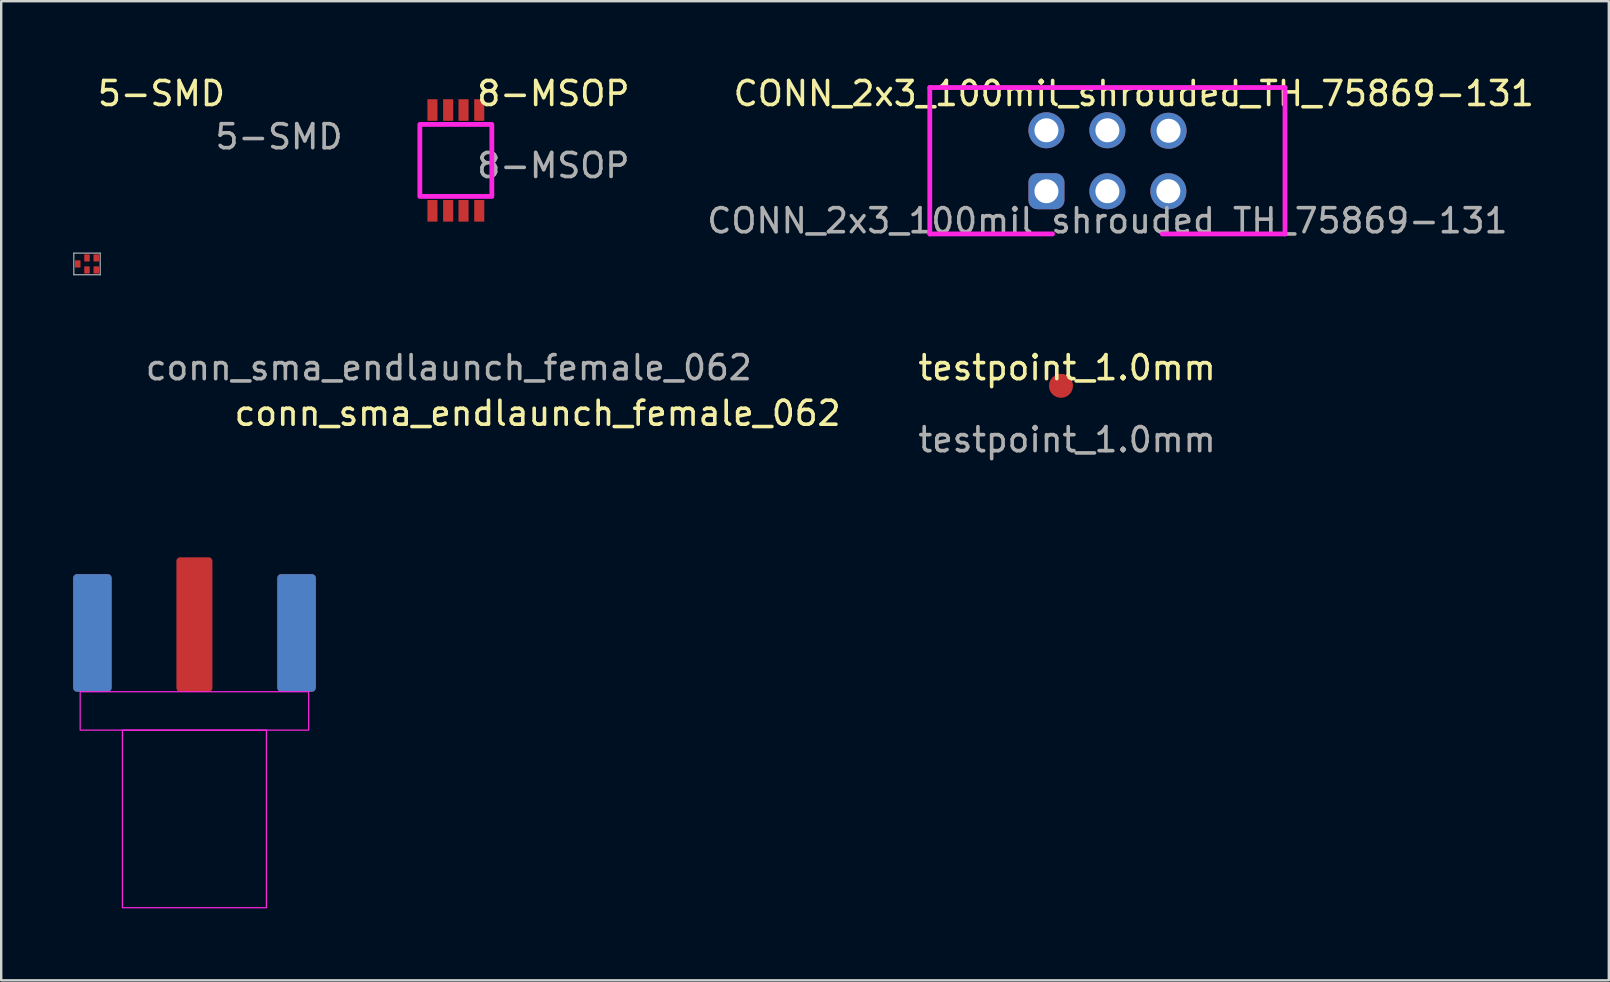
<source format=kicad_pcb>
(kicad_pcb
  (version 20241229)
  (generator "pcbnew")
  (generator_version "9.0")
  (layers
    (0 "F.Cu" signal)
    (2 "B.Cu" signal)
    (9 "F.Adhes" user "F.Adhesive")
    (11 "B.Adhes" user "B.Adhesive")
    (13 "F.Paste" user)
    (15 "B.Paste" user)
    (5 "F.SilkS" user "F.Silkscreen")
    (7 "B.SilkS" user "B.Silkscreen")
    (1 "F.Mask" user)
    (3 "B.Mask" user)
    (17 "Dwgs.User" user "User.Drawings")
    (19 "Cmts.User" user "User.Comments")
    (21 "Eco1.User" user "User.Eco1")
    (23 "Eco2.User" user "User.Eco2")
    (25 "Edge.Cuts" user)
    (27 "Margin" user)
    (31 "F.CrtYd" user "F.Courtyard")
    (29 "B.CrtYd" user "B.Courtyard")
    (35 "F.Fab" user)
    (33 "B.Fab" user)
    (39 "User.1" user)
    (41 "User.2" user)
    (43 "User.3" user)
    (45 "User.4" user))
  (footprint "conn_sma_endlaunch_female_062"
    (layer "F.Cu")
    (at 5.05 25.771)
    (property "Reference" "conn_sma_endlaunch_female_062" (at 14.3 -11.6 0) (unlocked yes) (layer "F.SilkS") (effects (font (size 1 1) (thickness 0.15))))
    (attr smd)
    (fp_rect (start -4.76 0) (end 4.76 1.6) (stroke (width 0.05) (type solid)) (fill no) (layer "F.CrtYd"))
    (fp_rect (start -3 9) (end 3 1.6) (stroke (width 0.05) (type solid)) (fill no) (layer "F.CrtYd"))
    (fp_text user "${REFERENCE}" (at 10.6 -13.5 0) (unlocked yes) (layer "F.Fab") (effects (font (size 1 1) (thickness 0.15))))
    (pad "1" smd roundrect (at -4.25 -2.45) (size 1.6 4.9) (layers "F.Cu" "F.Mask" "F.Paste") (roundrect_rratio 0.1))
    (pad "2" smd roundrect (at 0 -2.8) (size 1.5 5.6) (layers "F.Cu" "F.Mask" "F.Paste") (roundrect_rratio 0.1))
    (pad "3" smd roundrect (at 4.25 -2.45) (size 1.6 4.9) (layers "F.Cu" "F.Mask" "F.Paste") (roundrect_rratio 0.1))
    (pad "4" smd roundrect (at -4.25 -2.45) (size 1.6 4.9) (layers "F.Mask" "B.Cu" "F.Paste") (roundrect_rratio 0.1))
    (pad "5" smd roundrect (at 4.26 -2.45) (size 1.6 4.9) (layers "F.Mask" "B.Cu" "F.Paste") (roundrect_rratio 0.1)))
  (footprint "testpoint_1.0mm"
    (layer "F.Cu")
    (at 41.41 12.771)
    (property "Reference" "testpoint_1.0mm" (at 0 -0.5 0) (unlocked yes) (layer "F.SilkS") (effects (font (size 1 1) (thickness 0.15))))
    (attr smd)
    (fp_text user "${REFERENCE}" (at 0 2.5 0) (unlocked yes) (layer "F.Fab") (effects (font (size 1 1) (thickness 0.15))))
    (pad "1" smd circle (at -0.254 0.254) (size 1 1) (layers "F.Cu" "F.Mask" "F.Paste")))
  (footprint "5-SMD"
    (layer "F.Cu")
    (at 0.575 7.948)
    (property "Reference" "5-SMD" (at 3.1 -7.1 0) (unlocked yes) (layer "F.SilkS") (effects (font (size 1 1) (thickness 0.15))))
    (attr smd)
    (fp_line (start -0.55 -0.45) (end 0.55 -0.45) (stroke (width 0.05) (type solid)) (layer "F.Fab"))
    (fp_line (start -0.55 0.45) (end -0.55 -0.45) (stroke (width 0.05) (type solid)) (layer "F.Fab"))
    (fp_line (start 0.55 0.45) (end -0.55 0.45) (stroke (width 0.05) (type solid)) (layer "F.Fab"))
    (fp_line (start 0.55 0.45) (end 0.55 -0.45) (stroke (width 0.05) (type solid)) (layer "F.Fab"))
    (fp_text user "${REFERENCE}" (at 8 -5.3 0) (unlocked yes) (layer "F.Fab") (effects (font (size 1 1) (thickness 0.15))))
    (pad "1" smd roundrect (at -0.385 0) (size 0.23 0.3) (layers "F.Cu" "F.Mask" "F.Paste") (roundrect_rratio 0.1))
    (pad "2" smd roundrect (at 0 0.25) (size 0.23 0.3) (layers "F.Cu" "F.Mask" "F.Paste") (roundrect_rratio 0.1))
    (pad "3" smd roundrect (at 0.385 0.25) (size 0.23 0.3) (layers "F.Cu" "F.Mask" "F.Paste") (roundrect_rratio 0.1))
    (pad "4" smd roundrect (at 0.385 -0.25) (size 0.23 0.3) (layers "F.Cu" "F.Mask" "F.Paste") (roundrect_rratio 0.1))
    (pad "5" smd roundrect (at 0 -0.25) (size 0.23 0.3) (layers "F.Cu" "F.Mask" "F.Paste") (roundrect_rratio 0.1)))
  (footprint "8-MSOP"
    (layer "F.Cu")
    (at 15.943 3.634)
    (property "Reference" "8-MSOP" (at 4.064 -2.786 0) (unlocked yes) (layer "F.SilkS") (effects (font (size 1 1) (thickness 0.15))))
    (attr smd)
    (fp_rect (start -1.5 1.5) (end 1.5 -1.5) (stroke (width 0.2) (type solid)) (fill no) (layer "F.CrtYd"))
    (fp_text user "${REFERENCE}" (at 4.064 0.214 0) (unlocked yes) (layer "F.Fab") (effects (font (size 1 1) (thickness 0.15))))
    (pad "1" smd rect (at -0.975 2.1) (size 0.42 0.9) (layers "F.Cu" "F.Mask" "F.Paste"))
    (pad "2" smd rect (at -0.32 2.1) (size 0.42 0.9) (layers "F.Cu" "F.Mask" "F.Paste"))
    (pad "3" smd rect (at 0.32 2.1) (size 0.42 0.9) (layers "F.Cu" "F.Mask" "F.Paste"))
    (pad "4" smd rect (at 0.975 2.1) (size 0.42 0.9) (layers "F.Cu" "F.Mask" "F.Paste"))
    (pad "5" smd rect (at 0.975 -2.1) (size 0.42 0.9) (layers "F.Cu" "F.Mask" "F.Paste"))
    (pad "6" smd rect (at 0.32 -2.1) (size 0.42 0.9) (layers "F.Cu" "F.Mask" "F.Paste"))
    (pad "7" smd rect (at -0.32 -2.1) (size 0.42 0.9) (layers "F.Cu" "F.Mask" "F.Paste"))
    (pad "8" smd rect (at -0.975 -2.1) (size 0.42 0.9) (layers "F.Cu" "F.Mask" "F.Paste")))
  (footprint "CONN_2x3_100mil_shrouded_TH_75869-131"
    (layer "F.Cu")
    (at 43.09 3.648)
    (property "Reference" "CONN_2x3_100mil_shrouded_TH_75869-131" (at 1.1 -2.8 0) (unlocked yes) (layer "F.SilkS") (effects (font (size 1 1) (thickness 0.15))))
    (attr smd)
    (fp_line (start -7.4 -3.05) (end 7.4 -3.05) (stroke (width 0.2) (type solid)) (layer "F.CrtYd"))
    (fp_line (start -7.4 3.05) (end -7.4 -3.05) (stroke (width 0.2) (type solid)) (layer "F.CrtYd"))
    (fp_line (start -2.286 3.048) (end -7.4 3.05) (stroke (width 0.2) (type solid)) (layer "F.CrtYd"))
    (fp_line (start 7.4 3.05) (end 2.286 3.048) (stroke (width 0.2) (type solid)) (layer "F.CrtYd"))
    (fp_line (start 7.4 3.05) (end 7.4 -3.05) (stroke (width 0.2) (type solid)) (layer "F.CrtYd"))
    (fp_text user "${REFERENCE}" (at 0 2.5 0) (unlocked yes) (layer "F.Fab") (effects (font (size 1 1) (thickness 0.15))))
    (pad "1" thru_hole roundrect (at -2.54 1.27) (size 1.5 1.5) (drill 1) (layers "*.Cu" "*.Mask") (roundrect_rratio 0.25))
    (pad "2" thru_hole circle (at -2.54 -1.27) (size 1.5 1.5) (drill 1) (layers "*.Cu" "*.Mask"))
    (pad "3" thru_hole circle (at 0 1.27) (size 1.5 1.5) (drill 1) (layers "*.Cu" "*.Mask"))
    (pad "4" thru_hole circle (at 0 -1.27) (size 1.5 1.5) (drill 1) (layers "*.Cu" "*.Mask"))
    (pad "5" thru_hole circle (at 2.54 1.27) (size 1.5 1.5) (drill 1) (layers "*.Cu" "*.Mask"))
    (pad "6" thru_hole circle (at 2.55 -1.25) (size 1.5 1.5) (drill 1) (layers "*.Cu" "*.Mask")))
  (gr_rect
    (start -3 -3)
    (end 63.982 37.797)
    (stroke (width 0.1) (type default))
    (fill no)
    (layer "Edge.Cuts")))
</source>
